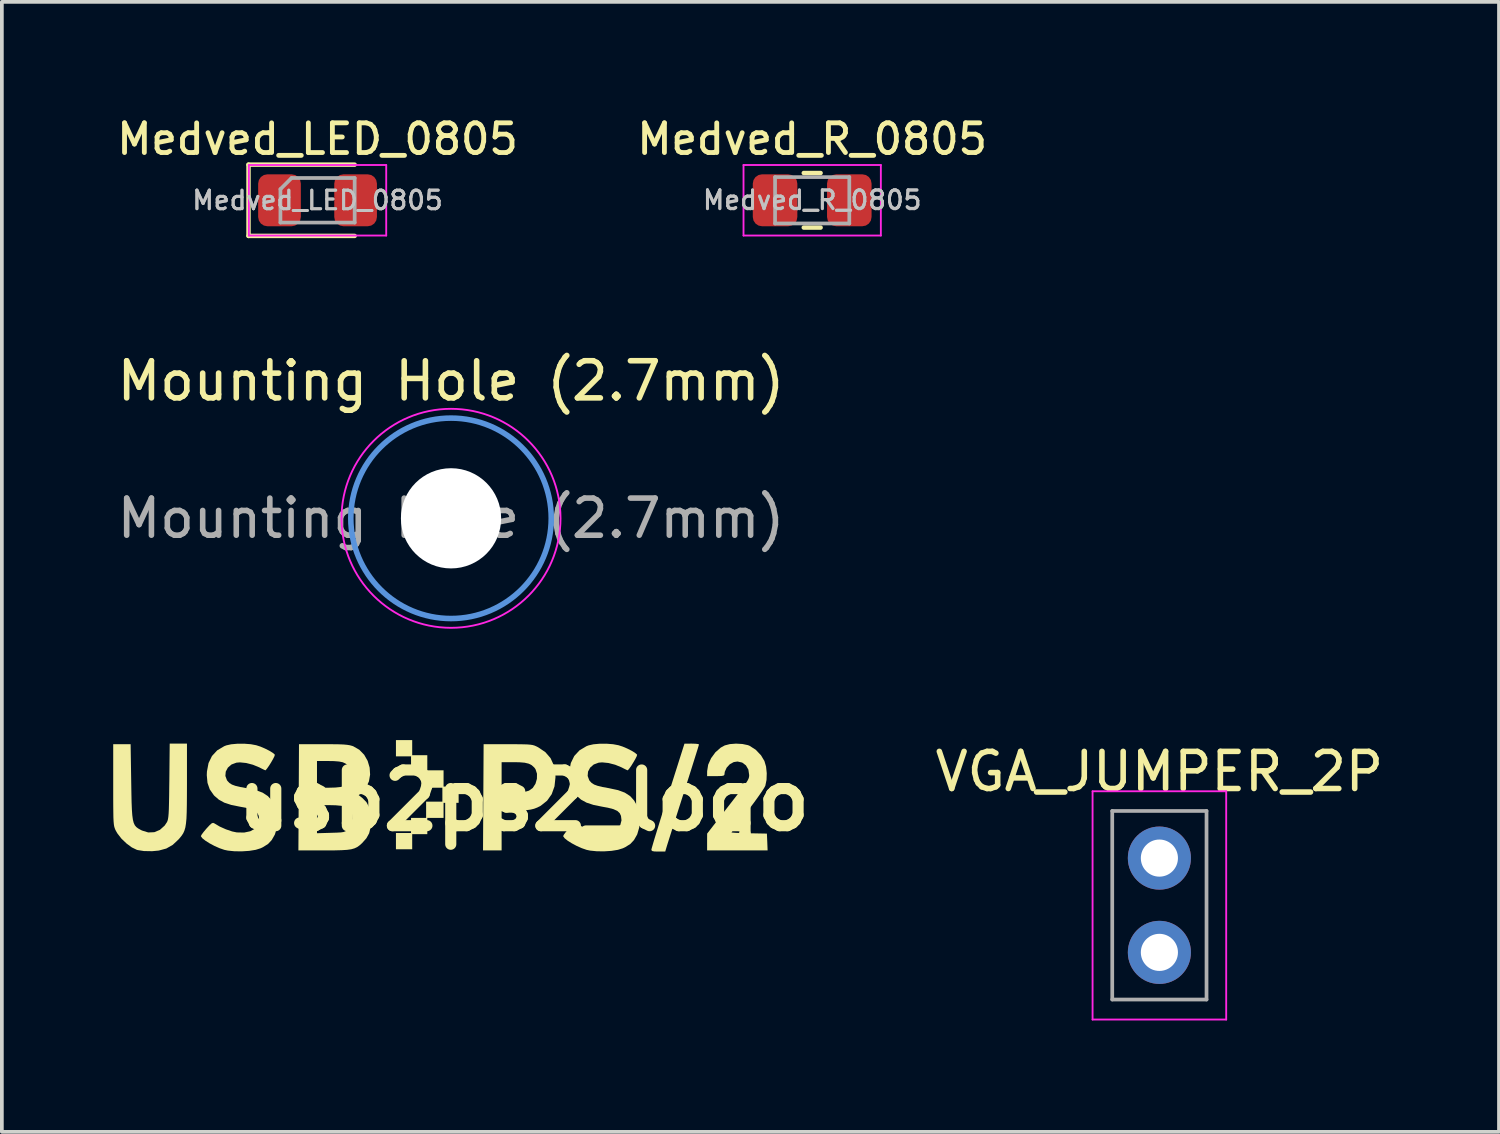
<source format=kicad_pcb>
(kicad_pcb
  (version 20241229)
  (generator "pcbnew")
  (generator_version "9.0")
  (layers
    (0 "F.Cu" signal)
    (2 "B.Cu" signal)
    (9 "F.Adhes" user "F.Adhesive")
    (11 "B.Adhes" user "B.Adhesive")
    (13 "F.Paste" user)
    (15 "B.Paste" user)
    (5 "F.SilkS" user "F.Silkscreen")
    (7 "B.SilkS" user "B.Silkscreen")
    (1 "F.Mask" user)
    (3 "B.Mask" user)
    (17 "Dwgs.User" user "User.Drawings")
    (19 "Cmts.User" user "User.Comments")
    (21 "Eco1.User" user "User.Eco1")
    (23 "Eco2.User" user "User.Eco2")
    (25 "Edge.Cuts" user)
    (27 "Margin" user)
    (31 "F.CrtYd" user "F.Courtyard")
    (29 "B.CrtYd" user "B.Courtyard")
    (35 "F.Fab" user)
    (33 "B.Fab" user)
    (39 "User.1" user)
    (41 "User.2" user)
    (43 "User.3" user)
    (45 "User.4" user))
  (footprint "Mounting Hole (2.7mm)"
    (layer "F.Cu")
    (at 9.101 10.914)
    (property "Reference" "Mounting Hole (2.7mm)" (at 0 -3.7 0) (layer "F.SilkS") (effects (font (size 1 1) (thickness 0.15))))
    (attr exclude_from_pos_files exclude_from_bom)
    (fp_circle (center 0 0) (end 2.7 0) (stroke (width 0.15) (type solid)) (fill no) (layer "Cmts.User"))
    (fp_circle (center 0 0) (end 2.95 0) (stroke (width 0.05) (type solid)) (fill no) (layer "F.CrtYd"))
    (fp_text user "${REFERENCE}" (at 0 0 0) (layer "F.Fab") (effects (font (size 1 1) (thickness 0.15))))
    (pad "" np_thru_hole circle (at 0 0) (size 2.7 2.7) (drill 2.7) (layers "*.Cu" "*.Mask")))
  (footprint "VGA_JUMPER_2P"
    (layer "F.Cu")
    (at 28.185 20.068)
    (property "Reference" "VGA_JUMPER_2P" (at 0 -2.33 0) (layer "F.SilkS") (effects (font (size 1 1) (thickness 0.15))))
    (attr through_hole)
    (fp_line (start -1.8 -1.8) (end -1.8 4.35) (stroke (width 0.05) (type solid)) (layer "F.CrtYd"))
    (fp_line (start -1.8 4.35) (end 1.8 4.35) (stroke (width 0.05) (type solid)) (layer "F.CrtYd"))
    (fp_line (start 1.8 -1.8) (end -1.8 -1.8) (stroke (width 0.05) (type solid)) (layer "F.CrtYd"))
    (fp_line (start 1.8 4.35) (end 1.8 -1.8) (stroke (width 0.05) (type solid)) (layer "F.CrtYd"))
    (fp_line (start -1.27 3.81) (end -1.27 -1.27) (stroke (width 0.1) (type solid)) (layer "F.Fab"))
    (fp_line (start 1.27 -1.27) (end -1.27 -1.27) (stroke (width 0.1) (type solid)) (layer "F.Fab"))
    (fp_line (start 1.27 -1.27) (end 1.27 3.81) (stroke (width 0.1) (type solid)) (layer "F.Fab"))
    (fp_line (start 1.27 3.81) (end -1.27 3.81) (stroke (width 0.1) (type solid)) (layer "F.Fab"))
    (pad "1" thru_hole circle (at 0 0) (size 1.7 1.7) (drill 1) (layers "*.Cu" "*.Mask"))
    (pad "2" thru_hole oval (at 0 2.54) (size 1.7 1.7) (drill 1) (layers "*.Cu" "*.Mask")))
  (footprint "Medved_R_0805"
    (layer "F.Cu")
    (at 18.831 2.346)
    (property "Reference" "Medved_R_0805" (at 0 -1.65 0) (layer "F.SilkS") (effects (font (size 0.8 0.8) (thickness 0.13))))
    (property "Value" "Medved_R_0805" (at 0 1.65 0) (layer "F.Fab") (hide yes) (effects (font (size 1 1) (thickness 0.15))))
    (attr smd)
    (fp_line (start -0.227 -0.735) (end 0.227 -0.735) (stroke (width 0.12) (type solid)) (layer "F.SilkS"))
    (fp_line (start -0.227 0.735) (end 0.227 0.735) (stroke (width 0.12) (type solid)) (layer "F.SilkS"))
    (fp_line (start -1.85 -0.95) (end 1.85 -0.95) (stroke (width 0.05) (type solid)) (layer "F.CrtYd"))
    (fp_line (start -1.85 0.95) (end -1.85 -0.95) (stroke (width 0.05) (type solid)) (layer "F.CrtYd"))
    (fp_line (start 1.85 -0.95) (end 1.85 0.95) (stroke (width 0.05) (type solid)) (layer "F.CrtYd"))
    (fp_line (start 1.85 0.95) (end -1.85 0.95) (stroke (width 0.05) (type solid)) (layer "F.CrtYd"))
    (fp_line (start -1 -0.625) (end 1 -0.625) (stroke (width 0.1) (type solid)) (layer "F.Fab"))
    (fp_line (start -1 0.625) (end -1 -0.625) (stroke (width 0.1) (type solid)) (layer "F.Fab"))
    (fp_line (start 1 -0.625) (end 1 0.625) (stroke (width 0.1) (type solid)) (layer "F.Fab"))
    (fp_line (start 1 0.625) (end -1 0.625) (stroke (width 0.1) (type solid)) (layer "F.Fab"))
    (fp_text user "${VALUE}" (at 0 -0.01 0) (layer "Dwgs.User") (effects (font (size 0.5 0.5) (thickness 0.08))))
    (fp_text user "${REFERENCE}" (at 0 0 0) (layer "F.Fab") (effects (font (size 0.5 0.5) (thickness 0.08))))
    (pad "1" smd roundrect (at -1 0) (size 1.2 1.4) (layers "F.Cu" "F.Mask" "F.Paste") (roundrect_rratio 0.208))
    (pad "2" smd roundrect (at 1 0) (size 1.2 1.4) (layers "F.Cu" "F.Mask" "F.Paste") (roundrect_rratio 0.208)))
  (footprint "usb2ps2_logo"
    (layer "F.Cu")
    (at 11.058 18.516)
    (property "Reference" "usb2ps2_logo" (at 0 0 0) (layer "F.SilkS") (effects (font (size 1.5 1.5) (thickness 0.3))))
    (attr board_only exclude_from_pos_files exclude_from_bom)
    (fp_poly (pts (xy 4.629 -1.529) (xy 4.7 -1.521) (xy 4.723 -1.51) (xy 4.714 -1.477) (xy 4.688 -1.39) (xy 4.646 -1.256) (xy 4.591 -1.081) (xy 4.525 -0.871) (xy 4.45 -0.633) (xy 4.367 -0.372) (xy 4.313 -0.204) (xy 4.225 0.073) (xy 4.141 0.336) (xy 4.063 0.579) (xy 3.995 0.794) (xy 3.938 0.974) (xy 3.894 1.113) (xy 3.866 1.202) (xy 3.858 1.228) (xy 3.814 1.376) (xy 3.627 1.376) (xy 3.521 1.373) (xy 3.464 1.362) (xy 3.442 1.338) (xy 3.441 1.325) (xy 3.45 1.285) (xy 3.477 1.192) (xy 3.518 1.052) (xy 3.574 0.87) (xy 3.641 0.653) (xy 3.717 0.407) (xy 3.802 0.138) (xy 3.887 -0.129) (xy 4.332 -1.531) (xy 4.528 -1.532)) (stroke (width 0) (type solid)) (fill yes) (layer "F.SilkS"))
    (fp_poly (pts (xy -0.422 -1.516) (xy -0.203 -1.516) (xy -0.037 -1.514) (xy 0.086 -1.511) (xy 0.177 -1.504) (xy 0.243 -1.494) (xy 0.297 -1.478) (xy 0.346 -1.456) (xy 0.391 -1.433) (xy 0.585 -1.302) (xy 0.725 -1.14) (xy 0.815 -0.943) (xy 0.855 -0.709) (xy 0.857 -0.626) (xy 0.831 -0.381) (xy 0.755 -0.169) (xy 0.63 0.007) (xy 0.46 0.142) (xy 0.368 0.189) (xy 0.283 0.222) (xy 0.193 0.244) (xy 0.082 0.26) (xy -0.065 0.27) (xy -0.196 0.275) (xy -0.594 0.289) (xy -0.594 0.817) (xy -0.594 1.345) (xy -0.845 1.345) (xy -1.095 1.345) (xy -1.087 -0.086) (xy -1.084 -0.626) (xy -0.594 -0.626) (xy -0.594 -0.219) (xy -0.281 -0.219) (xy -0.078 -0.225) (xy 0.072 -0.244) (xy 0.143 -0.265) (xy 0.245 -0.338) (xy 0.318 -0.451) (xy 0.357 -0.584) (xy 0.359 -0.721) (xy 0.319 -0.843) (xy 0.287 -0.887) (xy 0.218 -0.95) (xy 0.136 -0.992) (xy 0.028 -1.018) (xy -0.119 -1.03) (xy -0.264 -1.032) (xy -0.594 -1.032) (xy -0.594 -0.626) (xy -1.084 -0.626) (xy -1.079 -1.517)) (stroke (width 0) (type solid)) (fill yes) (layer "F.SilkS"))
    (fp_poly (pts (xy -3.003 -1.423) (xy -3.003 -1.22) (xy -2.8 -1.22) (xy -2.596 -1.22) (xy -2.596 -1.017) (xy -2.596 -0.813) (xy -2.377 -0.813) (xy -2.158 -0.813) (xy -2.158 -0.594) (xy -2.158 -0.375) (xy -1.955 -0.375) (xy -1.752 -0.375) (xy -1.752 -0.156) (xy -1.752 0.063) (xy -1.955 0.063) (xy -2.158 0.063) (xy -2.158 0.266) (xy -2.158 0.469) (xy -2.377 0.469) (xy -2.596 0.469) (xy -2.596 0.688) (xy -2.596 0.907) (xy -2.8 0.907) (xy -3.003 0.907) (xy -3.003 1.11) (xy -3.003 1.314) (xy -3.222 1.314) (xy -3.441 1.314) (xy -3.441 1.095) (xy -3.441 0.876) (xy -3.238 0.876) (xy -3.034 0.876) (xy -3.034 0.673) (xy -3.034 0.469) (xy -2.831 0.469) (xy -2.628 0.469) (xy -2.628 0.25) (xy -2.628 0.031) (xy -2.409 0.031) (xy -2.19 0.031) (xy -2.19 -0.156) (xy -2.19 -0.344) (xy -2.409 -0.344) (xy -2.628 -0.344) (xy -2.628 -0.563) (xy -2.628 -0.782) (xy -2.831 -0.782) (xy -3.034 -0.782) (xy -3.034 -0.985) (xy -3.034 -1.189) (xy -3.238 -1.189) (xy -3.441 -1.189) (xy -3.441 -1.408) (xy -3.441 -1.627) (xy -3.222 -1.627) (xy -3.003 -1.627)) (stroke (width 0) (type solid)) (fill yes) (layer "F.SilkS"))
    (fp_poly (pts (xy -9.071 -0.459) (xy -9.072 -0.145) (xy -9.074 0.113) (xy -9.078 0.322) (xy -9.085 0.49) (xy -9.098 0.623) (xy -9.115 0.728) (xy -9.14 0.812) (xy -9.171 0.882) (xy -9.212 0.945) (xy -9.262 1.008) (xy -9.297 1.048) (xy -9.454 1.195) (xy -9.627 1.294) (xy -9.83 1.349) (xy -10.01 1.366) (xy -10.231 1.362) (xy -10.401 1.335) (xy -10.422 1.329) (xy -10.557 1.264) (xy -10.7 1.158) (xy -10.836 1.028) (xy -10.944 0.889) (xy -10.984 0.821) (xy -11.004 0.78) (xy -11.019 0.741) (xy -11.032 0.696) (xy -11.041 0.638) (xy -11.048 0.56) (xy -11.053 0.456) (xy -11.055 0.318) (xy -11.057 0.139) (xy -11.058 -0.087) (xy -11.058 -0.367) (xy -11.058 -0.422) (xy -11.058 -1.517) (xy -10.823 -1.517) (xy -10.589 -1.517) (xy -10.573 -0.5) (xy -10.568 -0.199) (xy -10.563 0.047) (xy -10.555 0.244) (xy -10.544 0.397) (xy -10.528 0.515) (xy -10.506 0.602) (xy -10.476 0.667) (xy -10.436 0.715) (xy -10.386 0.753) (xy -10.324 0.788) (xy -10.283 0.809) (xy -10.115 0.861) (xy -9.951 0.854) (xy -9.8 0.791) (xy -9.672 0.676) (xy -9.61 0.583) (xy -9.595 0.549) (xy -9.583 0.504) (xy -9.573 0.44) (xy -9.565 0.351) (xy -9.559 0.23) (xy -9.555 0.07) (xy -9.551 -0.136) (xy -9.548 -0.394) (xy -9.546 -0.524) (xy -9.536 -1.533) (xy -9.304 -1.533) (xy -9.071 -1.533)) (stroke (width 0) (type solid)) (fill yes) (layer "F.SilkS"))
    (fp_poly (pts (xy 5.893 -1.522) (xy 6.042 -1.491) (xy 6.085 -1.474) (xy 6.252 -1.367) (xy 6.395 -1.216) (xy 6.486 -1.064) (xy 6.53 -0.915) (xy 6.549 -0.735) (xy 6.543 -0.554) (xy 6.511 -0.398) (xy 6.48 -0.34) (xy 6.416 -0.241) (xy 6.326 -0.111) (xy 6.216 0.042) (xy 6.092 0.208) (xy 6.035 0.283) (xy 5.91 0.445) (xy 5.799 0.589) (xy 5.708 0.71) (xy 5.641 0.8) (xy 5.605 0.851) (xy 5.599 0.86) (xy 5.629 0.865) (xy 5.71 0.871) (xy 5.833 0.876) (xy 5.985 0.881) (xy 6.076 0.883) (xy 6.553 0.892) (xy 6.563 1.118) (xy 6.572 1.345) (xy 5.757 1.345) (xy 4.942 1.345) (xy 4.942 1.118) (xy 4.943 0.892) (xy 5.477 0.204) (xy 5.644 -0.011) (xy 5.776 -0.182) (xy 5.878 -0.315) (xy 5.953 -0.417) (xy 6.006 -0.494) (xy 6.041 -0.551) (xy 6.061 -0.595) (xy 6.071 -0.631) (xy 6.075 -0.665) (xy 6.075 -0.688) (xy 6.054 -0.832) (xy 5.988 -0.946) (xy 5.887 -1.022) (xy 5.762 -1.05) (xy 5.66 -1.035) (xy 5.554 -0.977) (xy 5.468 -0.883) (xy 5.418 -0.773) (xy 5.412 -0.724) (xy 5.407 -0.69) (xy 5.384 -0.67) (xy 5.331 -0.66) (xy 5.233 -0.657) (xy 5.177 -0.657) (xy 4.942 -0.657) (xy 4.943 -0.79) (xy 4.971 -0.965) (xy 5.05 -1.14) (xy 5.166 -1.299) (xy 5.31 -1.425) (xy 5.418 -1.484) (xy 5.554 -1.519) (xy 5.721 -1.532)) (stroke (width 0) (type solid)) (fill yes) (layer "F.SilkS"))
    (fp_poly (pts (xy -5.167 -1.516) (xy -4.991 -1.514) (xy -4.858 -1.509) (xy -4.759 -1.5) (xy -4.683 -1.488) (xy -4.621 -1.471) (xy -4.592 -1.461) (xy -4.427 -1.366) (xy -4.296 -1.231) (xy -4.203 -1.067) (xy -4.149 -0.885) (xy -4.137 -0.697) (xy -4.169 -0.514) (xy -4.248 -0.347) (xy -4.35 -0.228) (xy -4.444 -0.144) (xy -4.348 -0.069) (xy -4.235 0.045) (xy -4.162 0.184) (xy -4.123 0.359) (xy -4.114 0.532) (xy -4.125 0.728) (xy -4.163 0.884) (xy -4.236 1.016) (xy -4.349 1.144) (xy -4.353 1.148) (xy -4.42 1.208) (xy -4.485 1.255) (xy -4.557 1.289) (xy -4.645 1.314) (xy -4.759 1.33) (xy -4.907 1.339) (xy -5.099 1.344) (xy -5.343 1.345) (xy -5.38 1.345) (xy -6.069 1.345) (xy -6.064 0.504) (xy -5.568 0.504) (xy -5.568 0.882) (xy -5.193 0.871) (xy -5.035 0.866) (xy -4.925 0.86) (xy -4.852 0.849) (xy -4.802 0.83) (xy -4.762 0.802) (xy -4.722 0.763) (xy -4.639 0.645) (xy -4.605 0.513) (xy -4.618 0.382) (xy -4.675 0.267) (xy -4.774 0.183) (xy -4.803 0.17) (xy -4.905 0.144) (xy -5.064 0.129) (xy -5.239 0.125) (xy -5.568 0.125) (xy -5.568 0.504) (xy -6.064 0.504) (xy -6.061 -0.086) (xy -6.057 -0.704) (xy -5.568 -0.704) (xy -5.568 -0.344) (xy -5.254 -0.344) (xy -5.073 -0.349) (xy -4.93 -0.364) (xy -4.837 -0.387) (xy -4.732 -0.462) (xy -4.666 -0.571) (xy -4.642 -0.697) (xy -4.664 -0.826) (xy -4.733 -0.939) (xy -4.74 -0.947) (xy -4.8 -0.996) (xy -4.874 -1.03) (xy -4.973 -1.05) (xy -5.109 -1.061) (xy -5.29 -1.064) (xy -5.568 -1.064) (xy -5.568 -0.704) (xy -6.057 -0.704) (xy -6.053 -1.517) (xy -5.396 -1.517)) (stroke (width 0) (type solid)) (fill yes) (layer "F.SilkS"))
    (fp_poly (pts (xy -7.351 -1.516) (xy -7.206 -1.489) (xy -7.092 -1.452) (xy -6.97 -1.4) (xy -6.855 -1.342) (xy -6.763 -1.286) (xy -6.709 -1.241) (xy -6.704 -1.231) (xy -6.714 -1.193) (xy -6.75 -1.121) (xy -6.801 -1.031) (xy -6.858 -0.94) (xy -6.911 -0.864) (xy -6.948 -0.819) (xy -6.958 -0.813) (xy -6.99 -0.826) (xy -7.06 -0.86) (xy -7.121 -0.892) (xy -7.294 -0.963) (xy -7.475 -1.01) (xy -7.644 -1.027) (xy -7.739 -1.019) (xy -7.871 -0.97) (xy -7.969 -0.885) (xy -8.026 -0.778) (xy -8.036 -0.661) (xy -7.994 -0.547) (xy -7.978 -0.525) (xy -7.926 -0.471) (xy -7.86 -0.429) (xy -7.767 -0.395) (xy -7.635 -0.363) (xy -7.453 -0.33) (xy -7.451 -0.329) (xy -7.216 -0.279) (xy -7.033 -0.211) (xy -6.892 -0.119) (xy -6.782 0.002) (xy -6.697 0.156) (xy -6.646 0.329) (xy -6.629 0.528) (xy -6.647 0.729) (xy -6.699 0.907) (xy -6.706 0.923) (xy -6.788 1.066) (xy -6.886 1.171) (xy -7.021 1.256) (xy -7.085 1.287) (xy -7.219 1.329) (xy -7.394 1.357) (xy -7.591 1.37) (xy -7.789 1.368) (xy -7.968 1.35) (xy -8.063 1.33) (xy -8.194 1.285) (xy -8.331 1.224) (xy -8.462 1.154) (xy -8.574 1.083) (xy -8.656 1.018) (xy -8.694 0.966) (xy -8.695 0.957) (xy -8.675 0.918) (xy -8.623 0.848) (xy -8.55 0.761) (xy -8.541 0.751) (xy -8.459 0.663) (xy -8.406 0.616) (xy -8.368 0.603) (xy -8.334 0.616) (xy -8.33 0.618) (xy -8.189 0.702) (xy -8.021 0.777) (xy -7.854 0.834) (xy -7.729 0.86) (xy -7.531 0.864) (xy -7.365 0.829) (xy -7.239 0.76) (xy -7.156 0.661) (xy -7.124 0.535) (xy -7.138 0.415) (xy -7.172 0.34) (xy -7.237 0.281) (xy -7.339 0.234) (xy -7.489 0.195) (xy -7.644 0.167) (xy -7.88 0.119) (xy -8.066 0.058) (xy -8.213 -0.023) (xy -8.333 -0.127) (xy -8.349 -0.145) (xy -8.457 -0.3) (xy -8.518 -0.475) (xy -8.537 -0.682) (xy -8.533 -0.78) (xy -8.49 -1.008) (xy -8.397 -1.199) (xy -8.256 -1.351) (xy -8.067 -1.463) (xy -8.01 -1.485) (xy -7.881 -1.514) (xy -7.714 -1.529) (xy -7.53 -1.53)) (stroke (width 0) (type solid)) (fill yes) (layer "F.SilkS"))
    (fp_poly (pts (xy 2.408 -1.516) (xy 2.554 -1.489) (xy 2.668 -1.452) (xy 2.79 -1.4) (xy 2.905 -1.342) (xy 2.997 -1.286) (xy 3.05 -1.241) (xy 3.056 -1.231) (xy 3.046 -1.193) (xy 3.01 -1.121) (xy 2.958 -1.031) (xy 2.902 -0.94) (xy 2.849 -0.864) (xy 2.811 -0.819) (xy 2.801 -0.813) (xy 2.769 -0.826) (xy 2.7 -0.86) (xy 2.638 -0.892) (xy 2.466 -0.963) (xy 2.284 -1.01) (xy 2.115 -1.027) (xy 2.02 -1.019) (xy 1.888 -0.97) (xy 1.791 -0.885) (xy 1.734 -0.778) (xy 1.724 -0.661) (xy 1.766 -0.547) (xy 1.782 -0.525) (xy 1.833 -0.471) (xy 1.9 -0.429) (xy 1.993 -0.395) (xy 2.125 -0.363) (xy 2.307 -0.33) (xy 2.309 -0.329) (xy 2.543 -0.279) (xy 2.726 -0.211) (xy 2.868 -0.119) (xy 2.977 0.002) (xy 3.063 0.156) (xy 3.114 0.329) (xy 3.13 0.528) (xy 3.113 0.729) (xy 3.061 0.907) (xy 3.054 0.923) (xy 2.972 1.066) (xy 2.874 1.171) (xy 2.739 1.256) (xy 2.674 1.287) (xy 2.54 1.329) (xy 2.365 1.357) (xy 2.169 1.37) (xy 1.971 1.368) (xy 1.791 1.35) (xy 1.696 1.33) (xy 1.566 1.285) (xy 1.429 1.224) (xy 1.298 1.154) (xy 1.185 1.083) (xy 1.104 1.018) (xy 1.066 0.966) (xy 1.065 0.957) (xy 1.085 0.918) (xy 1.137 0.848) (xy 1.21 0.761) (xy 1.219 0.751) (xy 1.3 0.663) (xy 1.354 0.616) (xy 1.392 0.603) (xy 1.425 0.616) (xy 1.429 0.618) (xy 1.571 0.702) (xy 1.738 0.777) (xy 1.906 0.834) (xy 2.03 0.86) (xy 2.229 0.864) (xy 2.394 0.829) (xy 2.521 0.76) (xy 2.603 0.661) (xy 2.636 0.535) (xy 2.622 0.415) (xy 2.587 0.34) (xy 2.523 0.281) (xy 2.42 0.234) (xy 2.27 0.195) (xy 2.116 0.167) (xy 1.88 0.119) (xy 1.694 0.058) (xy 1.546 -0.023) (xy 1.427 -0.127) (xy 1.411 -0.145) (xy 1.303 -0.3) (xy 1.241 -0.475) (xy 1.223 -0.682) (xy 1.227 -0.78) (xy 1.27 -1.008) (xy 1.363 -1.199) (xy 1.504 -1.351) (xy 1.692 -1.463) (xy 1.75 -1.485) (xy 1.879 -1.514) (xy 2.046 -1.529) (xy 2.23 -1.53)) (stroke (width 0) (type solid)) (fill yes) (layer "F.SilkS")))
  (footprint "Medved_LED_0805"
    (layer "F.Cu")
    (at 5.505 2.346)
    (property "Reference" "Medved_LED_0805" (at 0 -1.65 0) (layer "F.SilkS") (effects (font (size 0.8 0.8) (thickness 0.13))))
    (property "Value" "Medved_LED_0805" (at 0 1.65 0) (layer "F.Fab") (hide yes) (effects (font (size 1 1) (thickness 0.15))))
    (attr smd)
    (fp_line (start -1.86 -0.96) (end -1.86 0.96) (stroke (width 0.12) (type solid)) (layer "F.SilkS"))
    (fp_line (start -1.86 0.96) (end 1 0.96) (stroke (width 0.12) (type solid)) (layer "F.SilkS"))
    (fp_line (start 1 -0.96) (end -1.86 -0.96) (stroke (width 0.12) (type solid)) (layer "F.SilkS"))
    (fp_line (start -1.85 -0.95) (end 1.85 -0.95) (stroke (width 0.05) (type solid)) (layer "F.CrtYd"))
    (fp_line (start -1.85 0.95) (end -1.85 -0.95) (stroke (width 0.05) (type solid)) (layer "F.CrtYd"))
    (fp_line (start 1.85 -0.95) (end 1.85 0.95) (stroke (width 0.05) (type solid)) (layer "F.CrtYd"))
    (fp_line (start 1.85 0.95) (end -1.85 0.95) (stroke (width 0.05) (type solid)) (layer "F.CrtYd"))
    (fp_line (start -1 -0.3) (end -1 0.6) (stroke (width 0.1) (type solid)) (layer "F.Fab"))
    (fp_line (start -1 0.6) (end 1 0.6) (stroke (width 0.1) (type solid)) (layer "F.Fab"))
    (fp_line (start -0.7 -0.6) (end -1 -0.3) (stroke (width 0.1) (type solid)) (layer "F.Fab"))
    (fp_line (start 1 -0.6) (end -0.7 -0.6) (stroke (width 0.1) (type solid)) (layer "F.Fab"))
    (fp_line (start 1 0.6) (end 1 -0.6) (stroke (width 0.1) (type solid)) (layer "F.Fab"))
    (fp_text user "${VALUE}" (at 0 0 0) (layer "Dwgs.User") (effects (font (size 0.5 0.5) (thickness 0.08))))
    (fp_text user "${REFERENCE}" (at 0 0 0) (layer "F.Fab") (effects (font (size 0.5 0.5) (thickness 0.08))))
    (pad "1" smd roundrect (at -1.025 0) (size 1.15 1.4) (layers "F.Cu" "F.Mask" "F.Paste") (roundrect_rratio 0.217))
    (pad "2" smd roundrect (at 1.025 0) (size 1.15 1.4) (layers "F.Cu" "F.Mask" "F.Paste") (roundrect_rratio 0.217)))
  (gr_rect
    (start -3 -3)
    (end 37.334 27.443)
    (stroke (width 0.1) (type default))
    (fill no)
    (layer "Edge.Cuts")))
</source>
